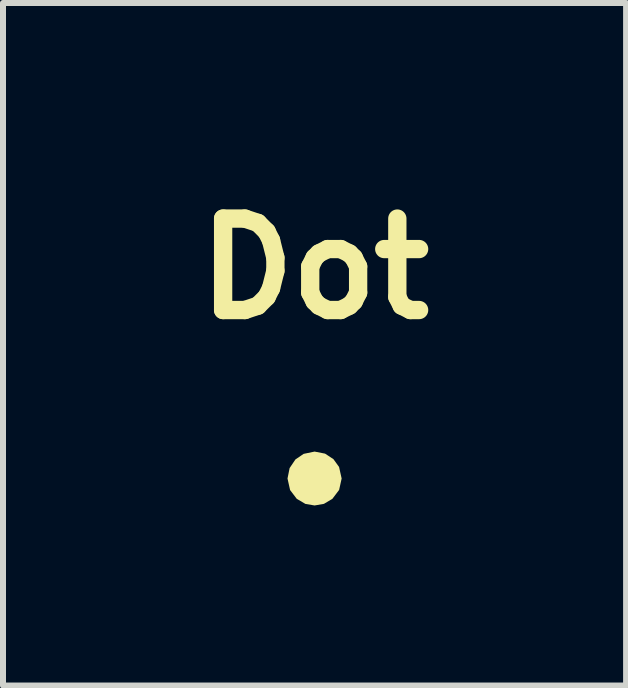
<source format=kicad_pcb>
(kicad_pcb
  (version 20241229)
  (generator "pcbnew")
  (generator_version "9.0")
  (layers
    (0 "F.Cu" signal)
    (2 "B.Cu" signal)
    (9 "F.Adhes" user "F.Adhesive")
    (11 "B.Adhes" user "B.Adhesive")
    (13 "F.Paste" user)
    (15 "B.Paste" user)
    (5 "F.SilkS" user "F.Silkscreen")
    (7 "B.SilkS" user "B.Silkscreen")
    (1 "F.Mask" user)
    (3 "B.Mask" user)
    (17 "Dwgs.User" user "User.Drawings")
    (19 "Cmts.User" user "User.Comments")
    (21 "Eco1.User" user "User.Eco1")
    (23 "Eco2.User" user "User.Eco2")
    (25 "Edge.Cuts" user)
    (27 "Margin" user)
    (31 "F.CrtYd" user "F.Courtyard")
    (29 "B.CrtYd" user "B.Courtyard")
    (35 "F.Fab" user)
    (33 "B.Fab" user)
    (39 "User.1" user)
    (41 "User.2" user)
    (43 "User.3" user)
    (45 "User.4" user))
  (footprint "Dot"
    (layer "F.Cu")
    (at 2.192 4.924)
    (property "Reference" "Dot" (at 0 -3.497 0) (layer "F.SilkS") (effects (font (size 1.524 1.524) (thickness 0.305))))
    (attr smd)
    (fp_poly (pts (xy 0.451 0) (xy 0.409 0.19) (xy 0.297 0.338) (xy 0.156 0.422) (xy 0 0.449) (xy -0.153 0.423) (xy -0.297 0.338) (xy -0.408 0.192) (xy -0.451 0) (xy -0.416 -0.174) (xy -0.319 -0.318) (xy -0.182 -0.411) (xy 0 -0.449) (xy 0.174 -0.415) (xy 0.314 -0.323) (xy 0.408 -0.193) (xy 0.451 0)) (stroke (width 0) (type solid)) (fill yes) (layer "F.SilkS")))
  (gr_rect
    (start -3 -3)
    (end 7.383 8.373)
    (stroke (width 0.1) (type default))
    (fill no)
    (layer "Edge.Cuts")))
</source>
